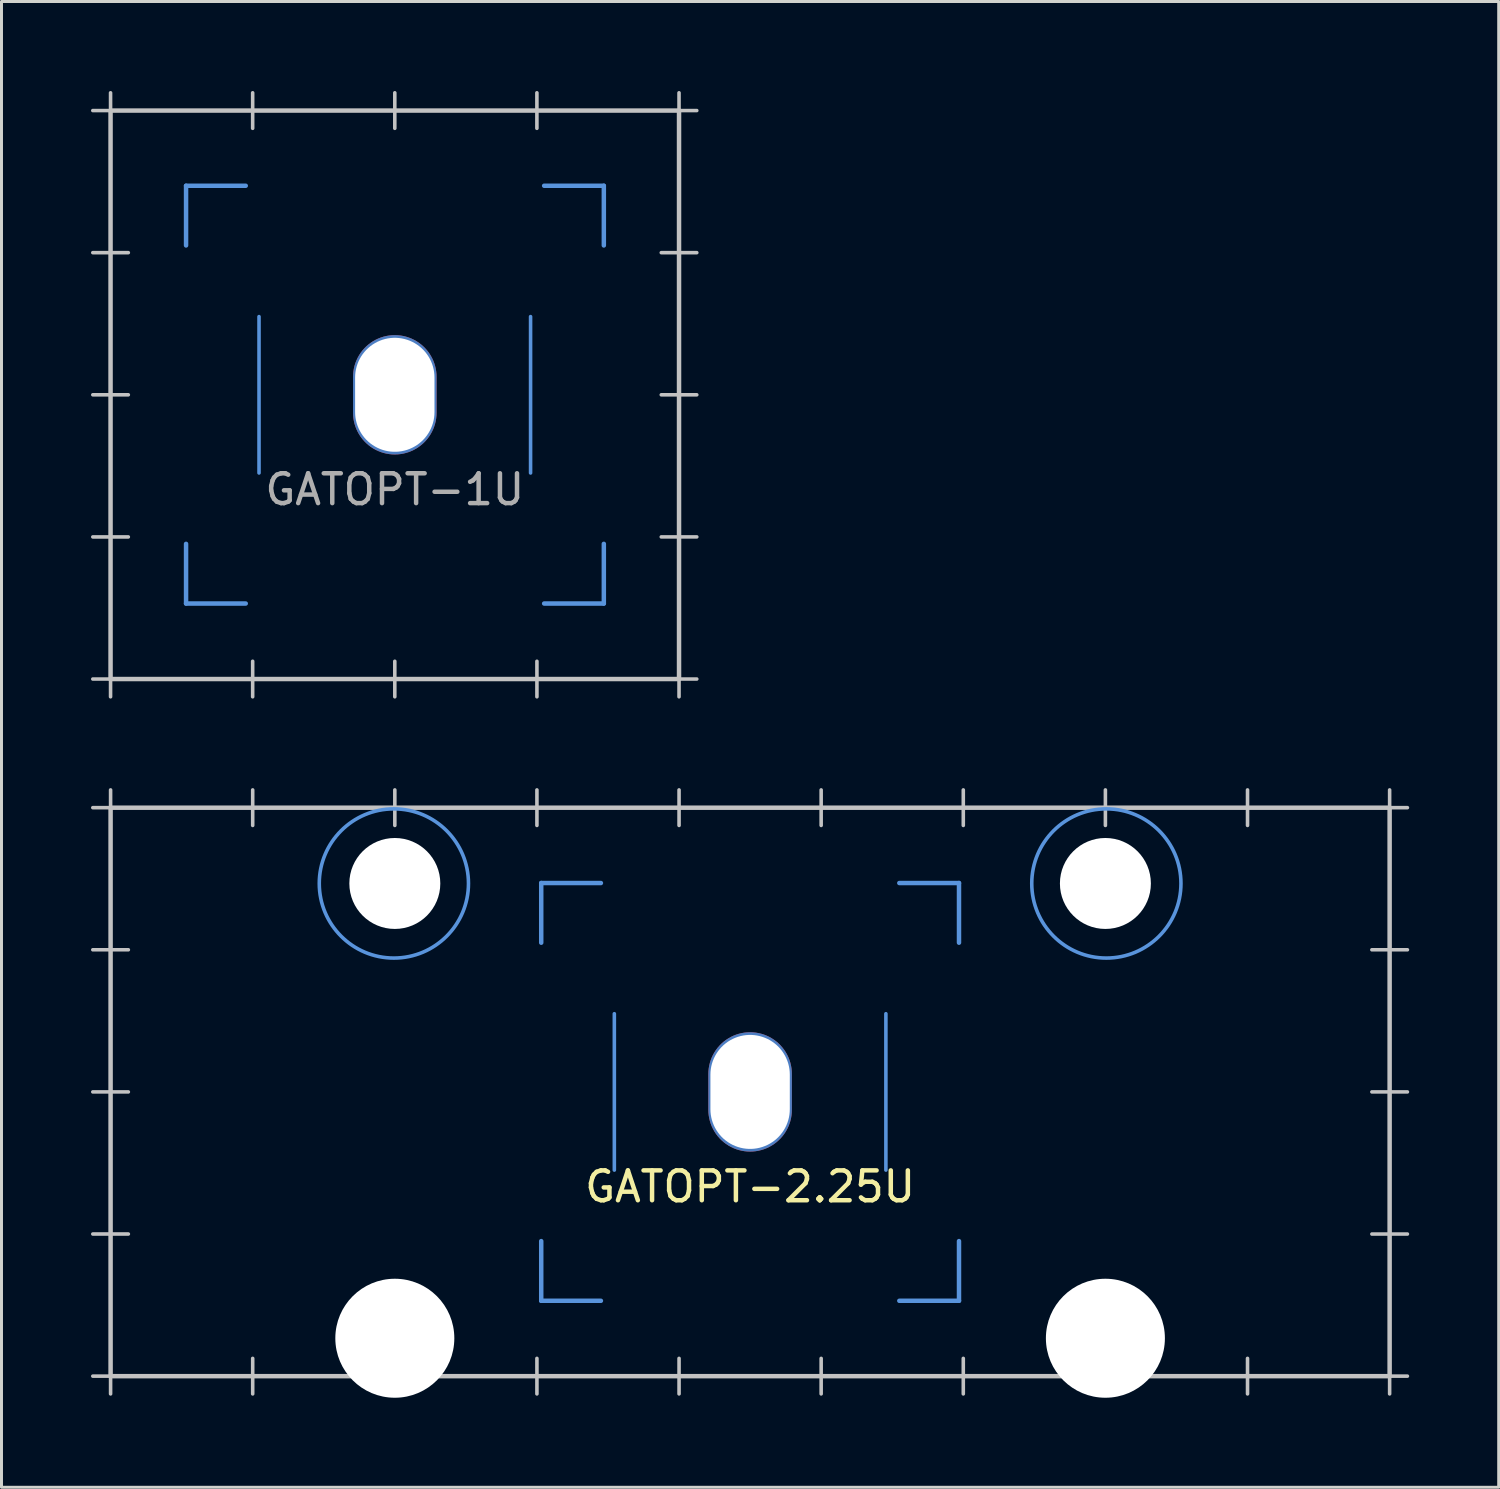
<source format=kicad_pcb>
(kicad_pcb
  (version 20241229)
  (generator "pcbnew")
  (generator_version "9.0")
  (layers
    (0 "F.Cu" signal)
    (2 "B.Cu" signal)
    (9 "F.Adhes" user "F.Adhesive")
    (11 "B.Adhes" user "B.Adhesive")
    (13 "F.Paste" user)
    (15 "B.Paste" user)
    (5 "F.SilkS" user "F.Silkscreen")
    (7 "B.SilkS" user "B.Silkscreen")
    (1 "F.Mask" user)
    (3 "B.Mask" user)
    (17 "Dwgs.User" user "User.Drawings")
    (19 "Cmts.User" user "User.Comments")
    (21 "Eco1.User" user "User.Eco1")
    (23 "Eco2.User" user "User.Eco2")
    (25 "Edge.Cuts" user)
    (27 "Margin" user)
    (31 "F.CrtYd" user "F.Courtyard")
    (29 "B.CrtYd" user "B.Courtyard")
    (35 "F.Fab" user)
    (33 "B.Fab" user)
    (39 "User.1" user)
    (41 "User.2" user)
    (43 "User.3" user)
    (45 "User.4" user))
  (footprint "GATOPT-2.25U"
    (layer "F.Cu")
    (at 22.087 33.541)
    (property "Reference" "GATOPT-2.25U" (at 0 3.175 0) (layer "F.SilkS") (effects (font (size 1 1) (thickness 0.15))))
    (attr through_hole)
    (fp_line (start -22.027 -9.525) (end -21.431 -9.525) (stroke (width 0.12) (type solid)) (layer "Dwgs.User"))
    (fp_line (start -22.027 -0.000008) (end -20.836 -0.000008) (stroke (width 0.12) (type solid)) (layer "Dwgs.User"))
    (fp_line (start -22.027 4.762) (end -20.836 4.762) (stroke (width 0.12) (type solid)) (layer "Dwgs.User"))
    (fp_line (start -22.027 9.525) (end -21.431 9.525) (stroke (width 0.12) (type solid)) (layer "Dwgs.User"))
    (fp_line (start -21.431 10.12) (end -21.431 9.525) (stroke (width 0.12) (type solid)) (layer "Dwgs.User"))
    (fp_line (start -21.431 -10.12) (end -21.431 -9.525) (stroke (width 0.12) (type solid)) (layer "Dwgs.User"))
    (fp_line (start -21.431 -9.525) (end 21.431 -9.525) (stroke (width 0.15) (type solid)) (layer "Dwgs.User"))
    (fp_line (start -21.431 9.525) (end -21.431 -9.525) (stroke (width 0.15) (type solid)) (layer "Dwgs.User"))
    (fp_line (start -21.431 9.525) (end 21.431 9.525) (stroke (width 0.15) (type solid)) (layer "Dwgs.User"))
    (fp_line (start -20.836 -4.763) (end -22.027 -4.763) (stroke (width 0.12) (type solid)) (layer "Dwgs.User"))
    (fp_line (start -16.669 8.93) (end -16.669 10.12) (stroke (width 0.12) (type solid)) (layer "Dwgs.User"))
    (fp_line (start -16.669 -10.12) (end -16.669 -8.93) (stroke (width 0.12) (type solid)) (layer "Dwgs.User"))
    (fp_line (start -11.906 8.93) (end -11.906 10.12) (stroke (width 0.12) (type solid)) (layer "Dwgs.User"))
    (fp_line (start -11.906 -10.12) (end -11.906 -8.93) (stroke (width 0.12) (type solid)) (layer "Dwgs.User"))
    (fp_line (start -7.144 10.12) (end -7.144 8.93) (stroke (width 0.12) (type solid)) (layer "Dwgs.User"))
    (fp_line (start -7.144 -8.93) (end -7.144 -10.12) (stroke (width 0.12) (type solid)) (layer "Dwgs.User"))
    (fp_line (start -2.381 8.93) (end -2.381 10.12) (stroke (width 0.12) (type solid)) (layer "Dwgs.User"))
    (fp_line (start -2.381 -10.12) (end -2.381 -8.93) (stroke (width 0.12) (type solid)) (layer "Dwgs.User"))
    (fp_line (start 2.381 10.12) (end 2.381 8.93) (stroke (width 0.12) (type solid)) (layer "Dwgs.User"))
    (fp_line (start 2.381 -8.93) (end 2.381 -10.12) (stroke (width 0.12) (type solid)) (layer "Dwgs.User"))
    (fp_line (start 7.144 8.93) (end 7.144 10.12) (stroke (width 0.12) (type solid)) (layer "Dwgs.User"))
    (fp_line (start 7.144 -10.12) (end 7.144 -8.93) (stroke (width 0.12) (type solid)) (layer "Dwgs.User"))
    (fp_line (start 11.906 10.12) (end 11.906 8.93) (stroke (width 0.12) (type solid)) (layer "Dwgs.User"))
    (fp_line (start 11.906 -8.93) (end 11.906 -10.12) (stroke (width 0.12) (type solid)) (layer "Dwgs.User"))
    (fp_line (start 16.669 10.12) (end 16.669 8.93) (stroke (width 0.12) (type solid)) (layer "Dwgs.User"))
    (fp_line (start 16.669 -8.93) (end 16.669 -10.12) (stroke (width 0.12) (type solid)) (layer "Dwgs.User"))
    (fp_line (start 20.836 4.763) (end 22.027 4.763) (stroke (width 0.12) (type solid)) (layer "Dwgs.User"))
    (fp_line (start 21.431 -9.525) (end 21.431 9.525) (stroke (width 0.15) (type solid)) (layer "Dwgs.User"))
    (fp_line (start 21.431 10.12) (end 21.431 9.525) (stroke (width 0.12) (type solid)) (layer "Dwgs.User"))
    (fp_line (start 21.431 -10.12) (end 21.431 -9.525) (stroke (width 0.12) (type solid)) (layer "Dwgs.User"))
    (fp_line (start 22.027 -9.525) (end 21.431 -9.525) (stroke (width 0.12) (type solid)) (layer "Dwgs.User"))
    (fp_line (start 22.027 -4.763) (end 20.836 -4.763) (stroke (width 0.12) (type solid)) (layer "Dwgs.User"))
    (fp_line (start 22.027 0) (end 20.836 0) (stroke (width 0.12) (type solid)) (layer "Dwgs.User"))
    (fp_line (start 22.027 9.525) (end 21.431 9.525) (stroke (width 0.12) (type solid)) (layer "Dwgs.User"))
    (fp_line (start -7 -7) (end -7 -5) (stroke (width 0.15) (type solid)) (layer "Cmts.User"))
    (fp_line (start -7 7) (end -7 5) (stroke (width 0.15) (type solid)) (layer "Cmts.User"))
    (fp_line (start -5 -7) (end -7 -7) (stroke (width 0.15) (type solid)) (layer "Cmts.User"))
    (fp_line (start -5 7) (end -7 7) (stroke (width 0.15) (type solid)) (layer "Cmts.User"))
    (fp_line (start -4.55 2.62) (end -4.55 -2.62) (stroke (width 0.12) (type solid)) (layer "Cmts.User"))
    (fp_line (start 4.55 -2.62) (end 4.55 2.62) (stroke (width 0.12) (type solid)) (layer "Cmts.User"))
    (fp_line (start 5 -7) (end 7 -7) (stroke (width 0.15) (type solid)) (layer "Cmts.User"))
    (fp_line (start 7 -7) (end 7 -5) (stroke (width 0.15) (type solid)) (layer "Cmts.User"))
    (fp_line (start 7 5) (end 7 7) (stroke (width 0.15) (type solid)) (layer "Cmts.User"))
    (fp_line (start 7 7) (end 5 7) (stroke (width 0.15) (type solid)) (layer "Cmts.User"))
    (fp_circle (center -11.938 -6.985) (end -9.438 -6.985) (stroke (width 0.12) (type solid)) (fill no) (layer "Cmts.User"))
    (fp_circle (center 11.938 -6.985) (end 14.438 -6.985) (stroke (width 0.12) (type solid)) (fill no) (layer "Cmts.User"))
    (pad "" np_thru_hole circle (at -11.906 -6.985) (size 3.048 3.048) (drill 3.048) (layers "*.Cu" "*.Mask"))
    (pad "" np_thru_hole circle (at -11.906 8.255) (size 3.988 3.988) (drill 3.988) (layers "*.Cu" "*.Mask"))
    (pad "" np_thru_hole oval (at 0 0) (size 2.8 4) (drill oval 2.66 3.82) (layers "*.Cu" "*.Mask"))
    (pad "" np_thru_hole circle (at 11.906 -6.985) (size 3.048 3.048) (drill 3.048) (layers "*.Cu" "*.Mask"))
    (pad "" np_thru_hole circle (at 11.906 8.255) (size 3.988 3.988) (drill 3.988) (layers "*.Cu" "*.Mask")))
  (footprint "GATOPT-1U"
    (layer "F.Cu")
    (at 10.18 10.18)
    (property "Reference" "GATOPT-1U" (at 0 3.175 0) (layer "F.Fab") (effects (font (size 1 1) (thickness 0.15))))
    (attr through_hole)
    (fp_line (start -10.12 -9.525) (end -9.525 -9.525) (stroke (width 0.12) (type solid)) (layer "Dwgs.User"))
    (fp_line (start -10.12 0) (end -8.93 0) (stroke (width 0.12) (type solid)) (layer "Dwgs.User"))
    (fp_line (start -10.12 4.763) (end -8.93 4.763) (stroke (width 0.12) (type solid)) (layer "Dwgs.User"))
    (fp_line (start -10.12 9.525) (end -9.525 9.525) (stroke (width 0.12) (type solid)) (layer "Dwgs.User"))
    (fp_line (start -9.525 -10.12) (end -9.525 -9.525) (stroke (width 0.12) (type solid)) (layer "Dwgs.User"))
    (fp_line (start -9.525 10.12) (end -9.525 9.525) (stroke (width 0.12) (type solid)) (layer "Dwgs.User"))
    (fp_line (start -9.525 -9.525) (end 9.525 -9.525) (stroke (width 0.15) (type solid)) (layer "Dwgs.User"))
    (fp_line (start -9.525 9.525) (end -9.525 -9.525) (stroke (width 0.15) (type solid)) (layer "Dwgs.User"))
    (fp_line (start -8.93 -4.763) (end -10.12 -4.763) (stroke (width 0.12) (type solid)) (layer "Dwgs.User"))
    (fp_line (start -4.763 -10.12) (end -4.763 -8.93) (stroke (width 0.12) (type solid)) (layer "Dwgs.User"))
    (fp_line (start -4.763 8.93) (end -4.763 10.12) (stroke (width 0.12) (type solid)) (layer "Dwgs.User"))
    (fp_line (start -0.000008 -10.12) (end -0.000008 -8.93) (stroke (width 0.12) (type solid)) (layer "Dwgs.User"))
    (fp_line (start 0 10.12) (end 0 8.93) (stroke (width 0.12) (type solid)) (layer "Dwgs.User"))
    (fp_line (start 4.762 -8.93) (end 4.762 -10.12) (stroke (width 0.12) (type solid)) (layer "Dwgs.User"))
    (fp_line (start 4.763 10.12) (end 4.763 8.93) (stroke (width 0.12) (type solid)) (layer "Dwgs.User"))
    (fp_line (start 8.93 4.762) (end 10.12 4.762) (stroke (width 0.12) (type solid)) (layer "Dwgs.User"))
    (fp_line (start 9.525 -10.12) (end 9.525 -9.525) (stroke (width 0.12) (type solid)) (layer "Dwgs.User"))
    (fp_line (start 9.525 -9.525) (end 9.525 9.525) (stroke (width 0.15) (type solid)) (layer "Dwgs.User"))
    (fp_line (start 9.525 9.525) (end -9.525 9.525) (stroke (width 0.15) (type solid)) (layer "Dwgs.User"))
    (fp_line (start 9.525 10.12) (end 9.525 9.525) (stroke (width 0.12) (type solid)) (layer "Dwgs.User"))
    (fp_line (start 10.12 -9.525) (end 9.525 -9.525) (stroke (width 0.12) (type solid)) (layer "Dwgs.User"))
    (fp_line (start 10.12 -4.763) (end 8.93 -4.763) (stroke (width 0.12) (type solid)) (layer "Dwgs.User"))
    (fp_line (start 10.12 -0.000008) (end 8.93 -0.000008) (stroke (width 0.12) (type solid)) (layer "Dwgs.User"))
    (fp_line (start 10.12 9.525) (end 9.525 9.525) (stroke (width 0.12) (type solid)) (layer "Dwgs.User"))
    (fp_line (start -6.995 -7.005) (end -6.995 -5.005) (stroke (width 0.15) (type solid)) (layer "Cmts.User"))
    (fp_line (start -6.995 6.995) (end -6.995 4.995) (stroke (width 0.15) (type solid)) (layer "Cmts.User"))
    (fp_line (start -4.995 -7.005) (end -6.995 -7.005) (stroke (width 0.15) (type solid)) (layer "Cmts.User"))
    (fp_line (start -4.995 6.995) (end -6.995 6.995) (stroke (width 0.15) (type solid)) (layer "Cmts.User"))
    (fp_line (start -4.55 2.62) (end -4.55 -2.62) (stroke (width 0.12) (type solid)) (layer "Cmts.User"))
    (fp_line (start 4.55 -2.62) (end 4.55 2.62) (stroke (width 0.12) (type solid)) (layer "Cmts.User"))
    (fp_line (start 5.005 -7.005) (end 7.005 -7.005) (stroke (width 0.15) (type solid)) (layer "Cmts.User"))
    (fp_line (start 5.005 6.995) (end 7.005 6.995) (stroke (width 0.15) (type solid)) (layer "Cmts.User"))
    (fp_line (start 7.005 -7.005) (end 7.005 -5.005) (stroke (width 0.15) (type solid)) (layer "Cmts.User"))
    (fp_line (start 7.005 6.995) (end 7.005 4.995) (stroke (width 0.15) (type solid)) (layer "Cmts.User"))
    (pad "" np_thru_hole oval (at 0 0) (size 2.8 4) (drill oval 2.66 3.82) (layers "*.Cu" "*.Mask")))
  (gr_rect
    (start -3 -3)
    (end 47.173 46.79)
    (stroke (width 0.1) (type default))
    (fill no)
    (layer "Edge.Cuts")))
</source>
